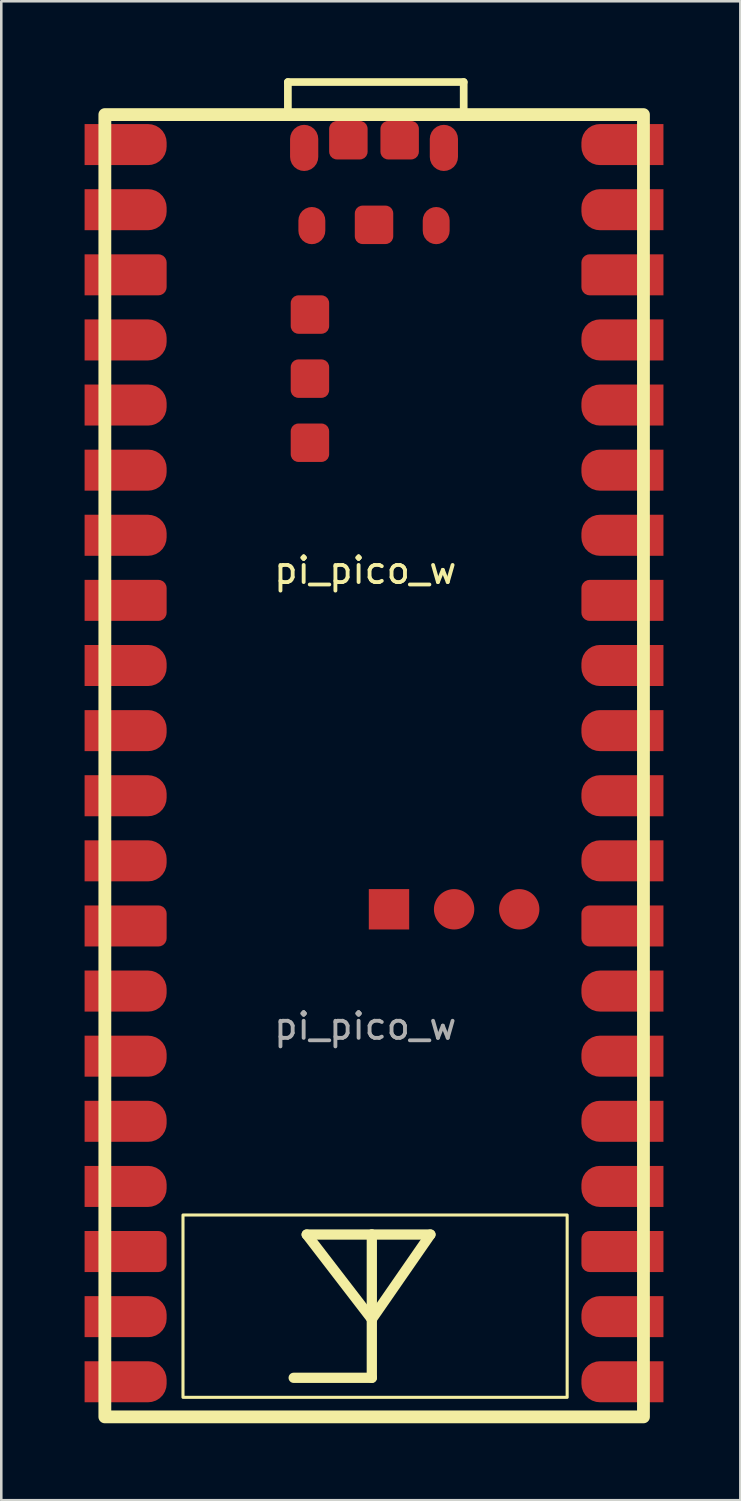
<source format=kicad_pcb>
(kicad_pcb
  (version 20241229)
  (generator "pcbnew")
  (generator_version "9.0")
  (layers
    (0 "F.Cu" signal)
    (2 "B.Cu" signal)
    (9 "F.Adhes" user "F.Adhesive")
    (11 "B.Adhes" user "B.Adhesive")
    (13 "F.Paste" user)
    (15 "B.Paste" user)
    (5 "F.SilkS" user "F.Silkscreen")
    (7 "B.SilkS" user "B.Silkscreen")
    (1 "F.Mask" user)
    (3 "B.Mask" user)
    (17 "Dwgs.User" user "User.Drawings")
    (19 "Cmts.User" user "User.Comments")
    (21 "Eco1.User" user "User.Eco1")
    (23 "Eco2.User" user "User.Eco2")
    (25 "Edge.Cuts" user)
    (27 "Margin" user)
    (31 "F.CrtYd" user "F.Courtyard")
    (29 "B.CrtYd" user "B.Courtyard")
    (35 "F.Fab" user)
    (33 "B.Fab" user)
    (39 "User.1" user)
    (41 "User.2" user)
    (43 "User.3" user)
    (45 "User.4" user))
  (footprint "pi_pico_w"
    (layer "F.Cu")
    (at 0.25 52.22)
    (property "Reference" "pi_pico_w" (at 10.95 -33.02 0) (unlocked yes) (layer "F.SilkS") (effects (font (size 1 1) (thickness 0.15))))
    (attr smd)
    (fp_line (start 7.93 -52.07) (end 14.788 -52.07) (stroke (width 0.3) (type solid)) (layer "F.SilkS"))
    (fp_line (start 7.93 -50.8) (end 7.93 -52.07) (stroke (width 0.3) (type solid)) (layer "F.SilkS"))
    (fp_line (start 8.156 -1.524) (end 11.204 -1.524) (stroke (width 0.4) (type solid)) (layer "F.SilkS"))
    (fp_line (start 8.664 -7.112) (end 11.204 -3.81) (stroke (width 0.4) (type solid)) (layer "F.SilkS"))
    (fp_line (start 11.204 -7.112) (end 8.664 -7.112) (stroke (width 0.4) (type solid)) (layer "F.SilkS"))
    (fp_line (start 11.204 -3.81) (end 13.49 -7.112) (stroke (width 0.4) (type solid)) (layer "F.SilkS"))
    (fp_line (start 11.204 -1.524) (end 11.204 -7.112) (stroke (width 0.4) (type solid)) (layer "F.SilkS"))
    (fp_line (start 13.49 -7.112) (end 11.204 -7.112) (stroke (width 0.4) (type solid)) (layer "F.SilkS"))
    (fp_line (start 14.788 -52.07) (end 14.788 -50.8) (stroke (width 0.3) (type solid)) (layer "F.SilkS"))
    (fp_rect (start 0.79 0) (end 21.8 -50.8) (stroke (width 0.5) (type solid)) (fill no) (layer "F.SilkS"))
    (fp_rect (start 18.824 -0.762) (end 3.838 -7.874) (stroke (width 0.12) (type solid)) (fill no) (layer "F.SilkS"))
    (fp_text user "${REFERENCE}" (at 10.95 -15.24 0) (unlocked yes) (layer "F.Fab") (effects (font (size 1 1) (thickness 0.15))))
    (pad "1" smd roundrect (at 1.6 -49.63) (size 3.2 1.6) (layers "F.Cu" "F.Mask" "F.Paste") (roundrect_rratio 0.45) (chamfer_ratio 0) (chamfer top_left bottom_left))
    (pad "2" smd roundrect (at 1.6 -47.09) (size 3.2 1.6) (layers "F.Cu" "F.Mask" "F.Paste") (roundrect_rratio 0.45) (chamfer_ratio 0) (chamfer top_left bottom_left))
    (pad "3" smd roundrect (at 1.6 -44.55) (size 3.2 1.6) (layers "F.Cu" "F.Mask" "F.Paste") (roundrect_rratio 0.2) (chamfer_ratio 0) (chamfer top_left bottom_left))
    (pad "4" smd roundrect (at 1.6 -42.01) (size 3.2 1.6) (layers "F.Cu" "F.Mask" "F.Paste") (roundrect_rratio 0.45) (chamfer_ratio 0) (chamfer top_left bottom_left))
    (pad "5" smd roundrect (at 1.6 -39.47) (size 3.2 1.6) (layers "F.Cu" "F.Mask" "F.Paste") (roundrect_rratio 0.45) (chamfer_ratio 0) (chamfer top_left bottom_left))
    (pad "6" smd roundrect (at 1.6 -36.93) (size 3.2 1.6) (layers "F.Cu" "F.Mask" "F.Paste") (roundrect_rratio 0.45) (chamfer_ratio 0) (chamfer top_left bottom_left))
    (pad "7" smd roundrect (at 1.6 -34.39) (size 3.2 1.6) (layers "F.Cu" "F.Mask" "F.Paste") (roundrect_rratio 0.45) (chamfer_ratio 0) (chamfer top_left bottom_left))
    (pad "8" smd roundrect (at 1.6 -31.85) (size 3.2 1.6) (layers "F.Cu" "F.Mask" "F.Paste") (roundrect_rratio 0.2) (chamfer_ratio 0) (chamfer top_left bottom_left))
    (pad "9" smd roundrect (at 1.6 -29.31) (size 3.2 1.6) (layers "F.Cu" "F.Mask" "F.Paste") (roundrect_rratio 0.45) (chamfer_ratio 0) (chamfer top_left bottom_left))
    (pad "10" smd roundrect (at 1.6 -26.77) (size 3.2 1.6) (layers "F.Cu" "F.Mask" "F.Paste") (roundrect_rratio 0.45) (chamfer_ratio 0) (chamfer top_left bottom_left))
    (pad "11" smd roundrect (at 1.6 -24.23) (size 3.2 1.6) (layers "F.Cu" "F.Mask" "F.Paste") (roundrect_rratio 0.45) (chamfer_ratio 0) (chamfer top_left bottom_left))
    (pad "12" smd roundrect (at 1.6 -21.69) (size 3.2 1.6) (layers "F.Cu" "F.Mask" "F.Paste") (roundrect_rratio 0.45) (chamfer_ratio 0) (chamfer top_left bottom_left))
    (pad "13" smd roundrect (at 1.6 -19.15) (size 3.2 1.6) (layers "F.Cu" "F.Mask" "F.Paste") (roundrect_rratio 0.2) (chamfer_ratio 0) (chamfer top_left bottom_left))
    (pad "14" smd roundrect (at 1.6 -16.61) (size 3.2 1.6) (layers "F.Cu" "F.Mask" "F.Paste") (roundrect_rratio 0.45) (chamfer_ratio 0) (chamfer top_left bottom_left))
    (pad "15" smd roundrect (at 1.6 -14.07) (size 3.2 1.6) (layers "F.Cu" "F.Mask" "F.Paste") (roundrect_rratio 0.45) (chamfer_ratio 0) (chamfer top_left bottom_left))
    (pad "16" smd roundrect (at 1.6 -11.53) (size 3.2 1.6) (layers "F.Cu" "F.Mask" "F.Paste") (roundrect_rratio 0.45) (chamfer_ratio 0) (chamfer top_left bottom_left))
    (pad "17" smd roundrect (at 1.6 -8.99) (size 3.2 1.6) (layers "F.Cu" "F.Mask" "F.Paste") (roundrect_rratio 0.45) (chamfer_ratio 0) (chamfer top_left bottom_left))
    (pad "18" smd roundrect (at 1.6 -6.45) (size 3.2 1.6) (layers "F.Cu" "F.Mask" "F.Paste") (roundrect_rratio 0.2) (chamfer_ratio 0) (chamfer top_left bottom_left))
    (pad "19" smd roundrect (at 1.6 -3.91) (size 3.2 1.6) (layers "F.Cu" "F.Mask" "F.Paste") (roundrect_rratio 0.45) (chamfer_ratio 0) (chamfer top_left bottom_left))
    (pad "20" smd roundrect (at 1.6 -1.37) (size 3.2 1.6) (layers "F.Cu" "F.Mask" "F.Paste") (roundrect_rratio 0.45) (chamfer_ratio 0) (chamfer top_left bottom_left))
    (pad "21" smd roundrect (at 20.98 -1.37 180) (size 3.2 1.6) (layers "F.Cu" "F.Mask" "F.Paste") (roundrect_rratio 0.45) (chamfer_ratio 0) (chamfer top_left bottom_left))
    (pad "22" smd roundrect (at 20.98 -3.91 180) (size 3.2 1.6) (layers "F.Cu" "F.Mask" "F.Paste") (roundrect_rratio 0.45) (chamfer_ratio 0) (chamfer top_left bottom_left))
    (pad "23" smd roundrect (at 20.98 -6.45 180) (size 3.2 1.6) (layers "F.Cu" "F.Mask" "F.Paste") (roundrect_rratio 0.2) (chamfer_ratio 0) (chamfer top_left bottom_left))
    (pad "24" smd roundrect (at 20.98 -8.99 180) (size 3.2 1.6) (layers "F.Cu" "F.Mask" "F.Paste") (roundrect_rratio 0.45) (chamfer_ratio 0) (chamfer top_left bottom_left))
    (pad "25" smd roundrect (at 20.98 -11.53 180) (size 3.2 1.6) (layers "F.Cu" "F.Mask" "F.Paste") (roundrect_rratio 0.45) (chamfer_ratio 0) (chamfer top_left bottom_left))
    (pad "26" smd roundrect (at 20.98 -14.07 180) (size 3.2 1.6) (layers "F.Cu" "F.Mask" "F.Paste") (roundrect_rratio 0.45) (chamfer_ratio 0) (chamfer top_left bottom_left))
    (pad "27" smd roundrect (at 20.98 -16.61 180) (size 3.2 1.6) (layers "F.Cu" "F.Mask" "F.Paste") (roundrect_rratio 0.45) (chamfer_ratio 0) (chamfer top_left bottom_left))
    (pad "28" smd roundrect (at 20.98 -19.15 180) (size 3.2 1.6) (layers "F.Cu" "F.Mask" "F.Paste") (roundrect_rratio 0.2) (chamfer_ratio 0) (chamfer top_left bottom_left))
    (pad "29" smd roundrect (at 20.98 -21.69 180) (size 3.2 1.6) (layers "F.Cu" "F.Mask" "F.Paste") (roundrect_rratio 0.45) (chamfer_ratio 0) (chamfer top_left bottom_left))
    (pad "30" smd roundrect (at 20.98 -24.23 180) (size 3.2 1.6) (layers "F.Cu" "F.Mask" "F.Paste") (roundrect_rratio 0.45) (chamfer_ratio 0) (chamfer top_left bottom_left))
    (pad "31" smd roundrect (at 20.98 -26.77 180) (size 3.2 1.6) (layers "F.Cu" "F.Mask" "F.Paste") (roundrect_rratio 0.45) (chamfer_ratio 0) (chamfer top_left bottom_left))
    (pad "32" smd roundrect (at 20.98 -29.31 180) (size 3.2 1.6) (layers "F.Cu" "F.Mask" "F.Paste") (roundrect_rratio 0.45) (chamfer_ratio 0) (chamfer top_left bottom_left))
    (pad "33" smd roundrect (at 20.98 -31.85 180) (size 3.2 1.6) (layers "F.Cu" "F.Mask" "F.Paste") (roundrect_rratio 0.2) (chamfer_ratio 0) (chamfer top_left bottom_left))
    (pad "34" smd roundrect (at 20.98 -34.39 180) (size 3.2 1.6) (layers "F.Cu" "F.Mask" "F.Paste") (roundrect_rratio 0.45) (chamfer_ratio 0) (chamfer top_left bottom_left))
    (pad "35" smd roundrect (at 20.98 -36.93 180) (size 3.2 1.6) (layers "F.Cu" "F.Mask" "F.Paste") (roundrect_rratio 0.45) (chamfer_ratio 0) (chamfer top_left bottom_left))
    (pad "36" smd roundrect (at 20.98 -39.47 180) (size 3.2 1.6) (layers "F.Cu" "F.Mask" "F.Paste") (roundrect_rratio 0.45) (chamfer_ratio 0) (chamfer top_left bottom_left))
    (pad "37" smd roundrect (at 20.98 -42.01 180) (size 3.2 1.6) (layers "F.Cu" "F.Mask" "F.Paste") (roundrect_rratio 0.45) (chamfer_ratio 0) (chamfer top_left bottom_left))
    (pad "38" smd roundrect (at 20.98 -44.55 180) (size 3.2 1.6) (layers "F.Cu" "F.Mask" "F.Paste") (roundrect_rratio 0.2) (chamfer_ratio 0) (chamfer top_left bottom_left))
    (pad "39" smd roundrect (at 20.98 -47.09 180) (size 3.2 1.6) (layers "F.Cu" "F.Mask" "F.Paste") (roundrect_rratio 0.45) (chamfer_ratio 0) (chamfer top_left bottom_left))
    (pad "40" smd roundrect (at 20.98 -49.63 180) (size 3.2 1.6) (layers "F.Cu" "F.Mask" "F.Paste") (roundrect_rratio 0.45) (chamfer_ratio 0) (chamfer top_left bottom_left))
    (pad "41" smd rect (at 11.874 -19.8) (size 1.575 1.575) (layers "F.Cu" "F.Mask" "F.Paste"))
    (pad "42" smd circle (at 14.414 -19.8) (size 1.575 1.575) (layers "F.Cu" "F.Mask" "F.Paste"))
    (pad "43" smd circle (at 16.954 -19.8) (size 1.575 1.575) (layers "F.Cu" "F.Mask" "F.Paste"))
    (pad "44" smd roundrect (at 11.29 -46.5) (size 1.5 1.5) (layers "F.Cu" "F.Mask" "F.Paste") (roundrect_rratio 0.2))
    (pad "45" smd roundrect (at 12.29 -49.8) (size 1.5 1.5) (layers "F.Cu" "F.Mask" "F.Paste") (roundrect_rratio 0.2))
    (pad "46" smd roundrect (at 10.29 -49.8) (size 1.5 1.5) (layers "F.Cu" "F.Mask" "F.Paste") (roundrect_rratio 0.2))
    (pad "47" smd roundrect (at 8.565 -49.5) (size 1.1 1.8) (layers "F.Cu" "F.Mask" "F.Paste") (roundrect_rratio 0.5))
    (pad "48" smd roundrect (at 8.865 -46.47) (size 1.05 1.45) (layers "F.Cu" "F.Mask" "F.Paste") (roundrect_rratio 0.5))
    (pad "49" smd roundrect (at 14.015 -49.5) (size 1.1 1.8) (layers "F.Cu" "F.Mask" "F.Paste") (roundrect_rratio 0.5))
    (pad "50" smd roundrect (at 13.715 -46.47) (size 1.05 1.45) (layers "F.Cu" "F.Mask" "F.Paste") (roundrect_rratio 0.5))
    (pad "51" smd roundrect (at 8.79 -43) (size 1.5 1.5) (layers "F.Cu" "F.Mask" "F.Paste") (roundrect_rratio 0.2))
    (pad "52" smd roundrect (at 8.79 -40.5) (size 1.5 1.5) (layers "F.Cu" "F.Mask" "F.Paste") (roundrect_rratio 0.2))
    (pad "53" smd roundrect (at 8.79 -38) (size 1.5 1.5) (layers "F.Cu" "F.Mask" "F.Paste") (roundrect_rratio 0.2)))
  (gr_rect
    (start -3 -3)
    (end 25.83 55.47)
    (stroke (width 0.1) (type default))
    (fill no)
    (layer "Edge.Cuts")))
</source>
